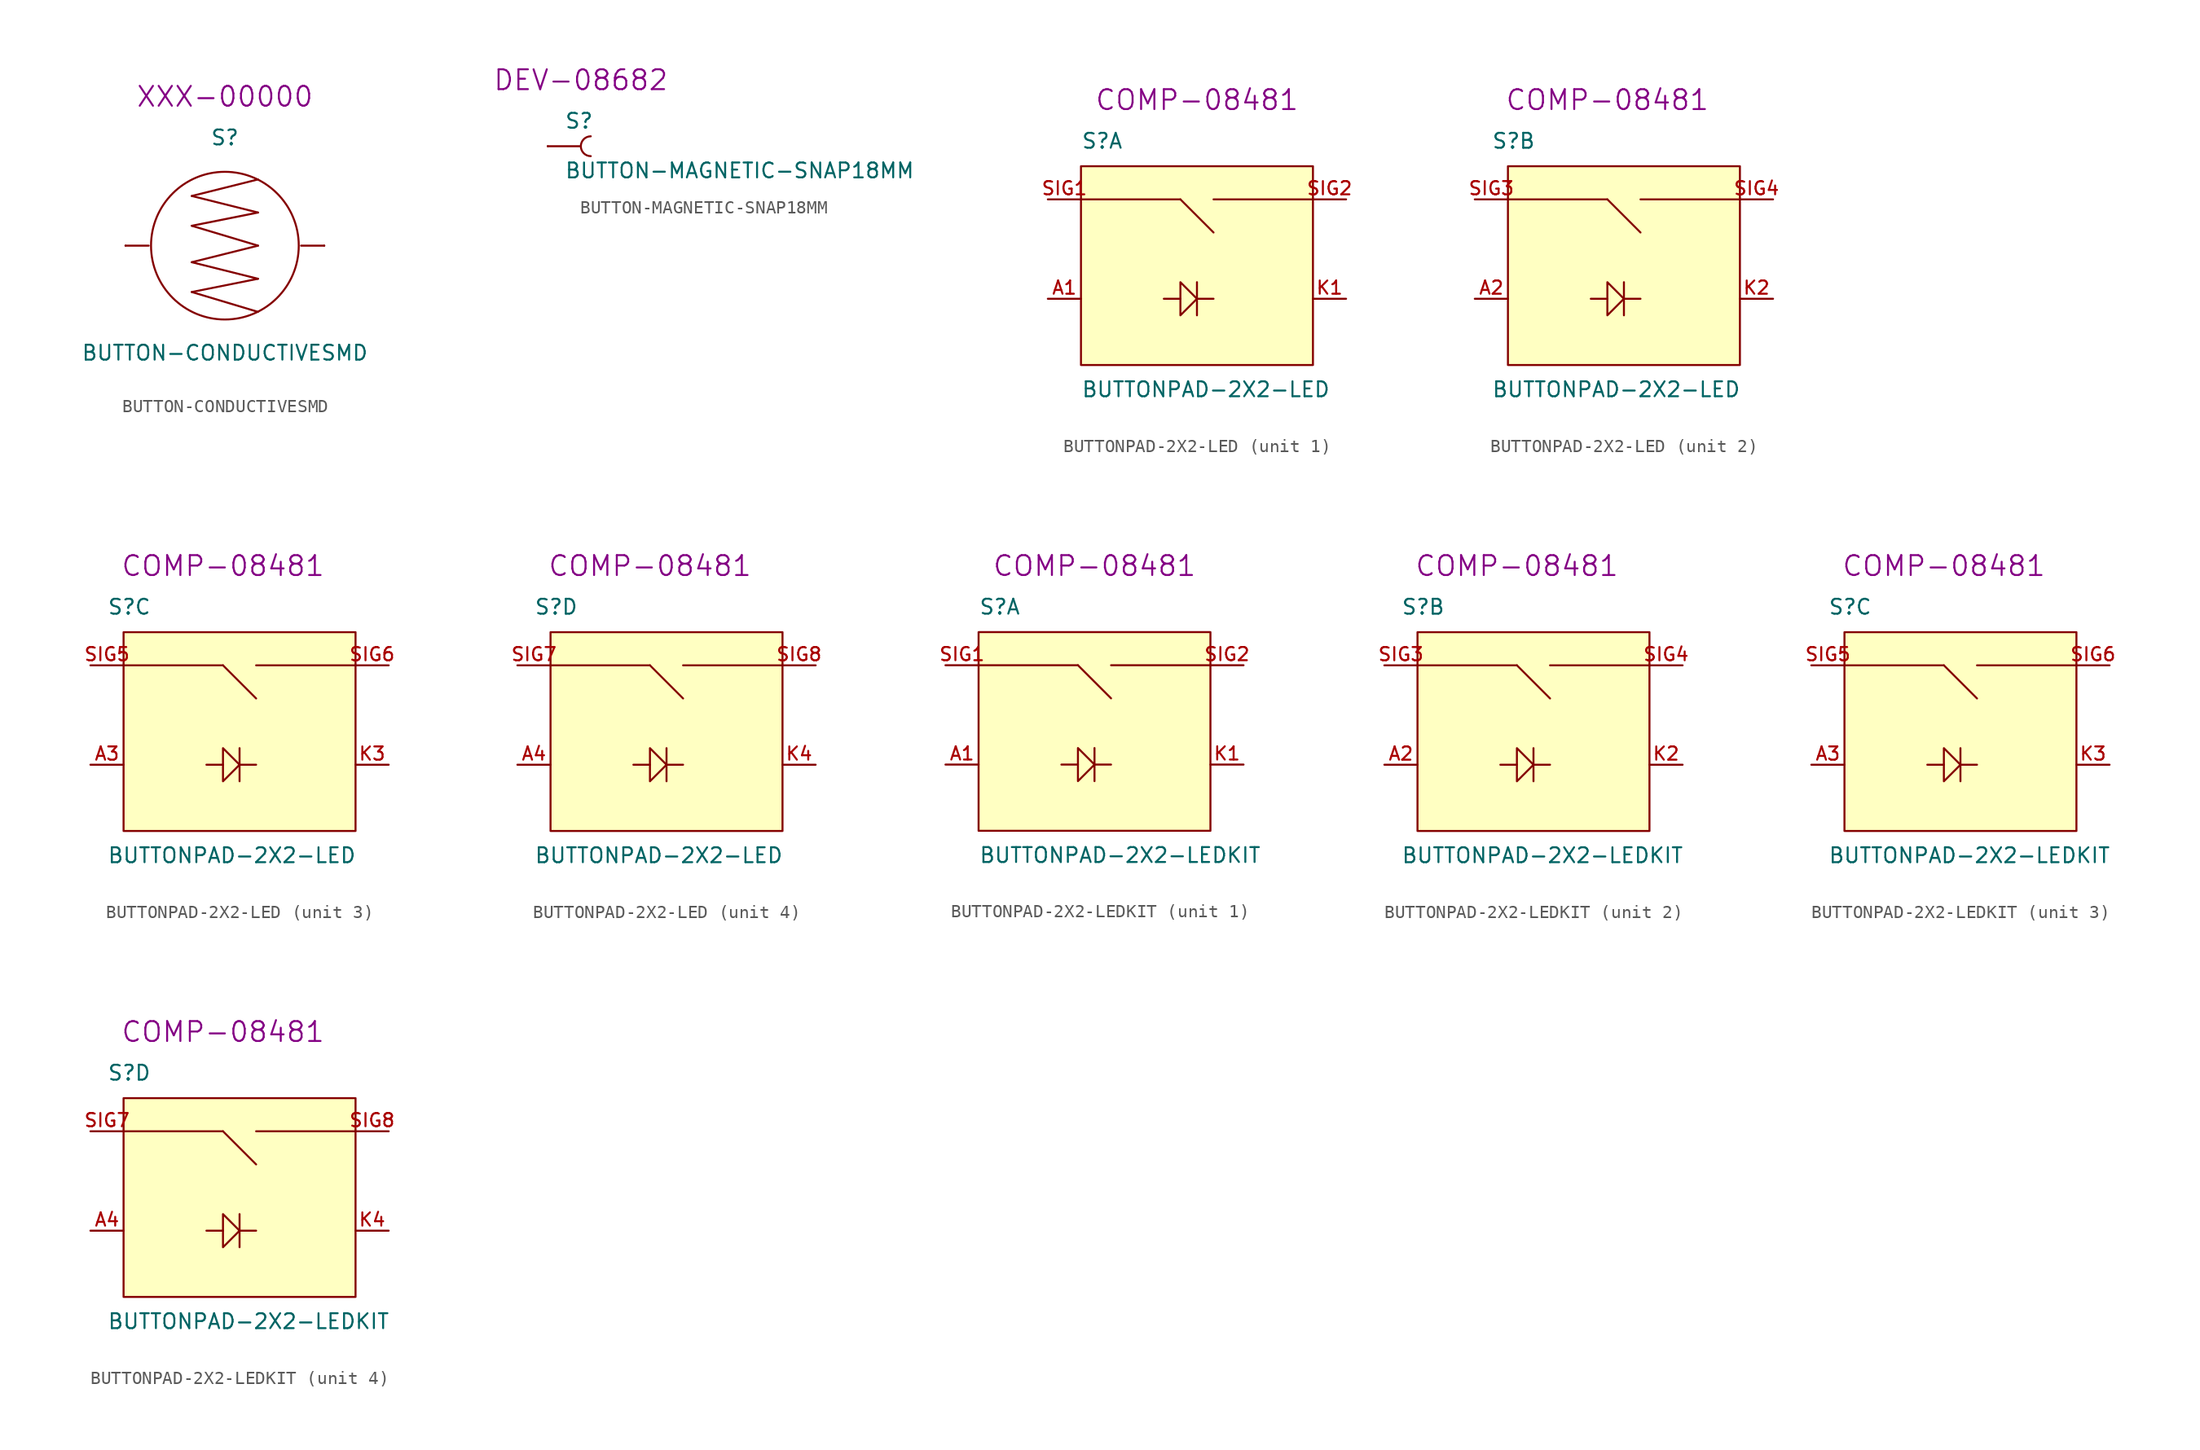
<source format=kicad_sym>
(kicad_symbol_lib
  (version 20220914)
  (generator kicad_symbol_editor)
  (symbol "BUTTON-CONDUCTIVESMD"
    (pin_numbers hide)
    (pin_names
      (offset 1.016) hide)
    (property "Reference" "S"
      (at 0 7.62 0)
      (effects (font (size 1.143 1.143)) (justify bottom)))
    (property "Value" "BUTTON-CONDUCTIVESMD"
      (at 0 -8.89 0)
      (effects (font (size 1.143 1.143)) (justify bottom)))
    (property "Field4" "XXX-00000"
      (at 0 11.43 0)
      (effects (font (size 1.524 1.524))))
    (property "ki_locked" ""
      (at 0 0 0)
      (effects (font (size 1.27 1.27))))
    (symbol "BUTTON-CONDUCTIVESMD_1_0"
      (polyline (pts (xy -7.62 0) (xy -5.842 0)) (stroke (width 0) (type solid)) (fill (type none)))
      (polyline (pts (xy -2.54 -3.556) (xy 2.54 -5.08)) (stroke (width 0) (type solid)) (fill (type none)))
      (polyline (pts (xy -2.54 -1.27) (xy 2.54 -2.54)) (stroke (width 0) (type solid)) (fill (type none)))
      (polyline (pts (xy -2.54 1.524) (xy 2.54 0)) (stroke (width 0) (type solid)) (fill (type none)))
      (polyline (pts (xy -2.54 3.81) (xy 2.54 5.08)) (stroke (width 0) (type solid)) (fill (type none)))
      (polyline (pts (xy 2.54 -2.54) (xy -2.54 -3.556)) (stroke (width 0) (type solid)) (fill (type none)))
      (polyline (pts (xy 2.54 0) (xy -2.54 -1.27)) (stroke (width 0) (type solid)) (fill (type none)))
      (polyline (pts (xy 2.54 2.54) (xy -2.54 1.524)) (stroke (width 0) (type solid)) (fill (type none)))
      (polyline (pts (xy 2.54 2.54) (xy -2.54 3.81)) (stroke (width 0) (type solid)) (fill (type none)))
      (polyline (pts (xy 7.62 0) (xy 5.842 0)) (stroke (width 0) (type solid)) (fill (type none))))
    (symbol "BUTTON-CONDUCTIVESMD_1_1"
      (circle (center 0 0) (radius 5.664) (stroke (width 0) (type solid)) (fill (type none)))
      (pin passive line (at -7.62 0 0) (length 0) (name "1" (effects (font (size 1.016 1.016)))) (number "1" (effects (font (size 1.016 1.016)))))
      (pin passive line (at 7.62 0 180) (length 0) (name "2" (effects (font (size 1.016 1.016)))) (number "2" (effects (font (size 1.016 1.016)))))))
  (symbol "BUTTON-MAGNETIC-SNAP18MM"
    (pin_numbers hide)
    (pin_names
      (offset 1.016) hide)
    (property "Reference" "S"
      (at -1.27 1.27 0)
      (effects (font (size 1.143 1.143)) (justify left bottom)))
    (property "Value" "BUTTON-MAGNETIC-SNAP18MM"
      (at -1.27 -2.54 0)
      (effects (font (size 1.143 1.143)) (justify left bottom)))
    (property "Field4" "DEV-08682"
      (at 0 5.08 0)
      (effects (font (size 1.524 1.524))))
    (property "ki_locked" ""
      (at 0 0 0)
      (effects (font (size 1.27 1.27))))
    (symbol "BUTTON-MAGNETIC-SNAP18MM_1_0"
      (polyline (pts (xy 0 0) (xy -2.54 0)) (stroke (width 0) (type solid)) (fill (type none))))
    (symbol "BUTTON-MAGNETIC-SNAP18MM_1_1"
      (arc (start 0.762 0.762) (mid 0.0033 0) (end 0.762 -0.762) (stroke (width 0) (type solid)) (fill (type none)))
      (pin bidirectional line (at -2.54 0 180) (length 0) (name "1" (effects (font (size 1.016 1.016)))) (number "1" (effects (font (size 1.016 1.016)))))))
  (symbol "BUTTONPAD-2X2-LED"
    (pin_names
      (offset 1.016) hide)
    (property "Reference" "S"
      (at -8.89 8.89 0)
      (effects (font (size 1.143 1.143)) (justify left bottom)))
    (property "Value" "BUTTONPAD-2X2-LED"
      (at -8.89 -10.16 0)
      (effects (font (size 1.143 1.143)) (justify left bottom)))
    (property "Field4" "COMP-08481"
      (at 0 12.7 0)
      (effects (font (size 1.524 1.524))))
    (property "ki_locked" ""
      (at 0 0 0)
      (effects (font (size 1.27 1.27))))
    (symbol "BUTTONPAD-2X2-LED_1_0"
      (polyline (pts (xy -8.89 5.08) (xy -1.27 5.08)) (stroke (width 0) (type solid)) (fill (type none)))
      (polyline (pts (xy -1.27 -2.54) (xy -2.54 -2.54)) (stroke (width 0) (type solid)) (fill (type none)))
      (polyline (pts (xy -1.27 5.08) (xy 1.27 2.54)) (stroke (width 0) (type solid)) (fill (type none)))
      (polyline (pts (xy 0 -2.54) (xy 0 -3.81)) (stroke (width 0) (type solid)) (fill (type none)))
      (polyline (pts (xy 0 -2.54) (xy 1.27 -2.54)) (stroke (width 0) (type solid)) (fill (type none)))
      (polyline (pts (xy 0 -1.27) (xy 0 -2.54)) (stroke (width 0) (type solid)) (fill (type none)))
      (polyline (pts (xy 1.27 5.08) (xy 8.89 5.08)) (stroke (width 0) (type solid)) (fill (type none))))
    (symbol "BUTTONPAD-2X2-LED_1_1"
      (polyline (pts (xy -1.27 -1.27) (xy -1.27 -2.54) (xy -1.27 -3.81) (xy 0 -2.54) (xy -1.27 -1.27)) (stroke (width 0) (type solid)) (fill (type background)))
      (polyline (pts (xy 8.89 7.62) (xy 8.89 5.08) (xy 8.89 -7.62) (xy -8.89 -7.62) (xy -8.89 5.08) (xy -8.89 7.62) (xy 8.89 7.62)) (stroke (width 0) (type solid)) (fill (type background)))
      (pin bidirectional line (at -11.43 -2.54 0) (length 2.54) (name "A" (effects (font (size 1.016 1.016)))) (number "A1" (effects (font (size 1.016 1.016)))))
      (pin bidirectional line (at 11.43 -2.54 180) (length 2.54) (name "K" (effects (font (size 1.016 1.016)))) (number "K1" (effects (font (size 1.016 1.016)))))
      (pin bidirectional line (at -11.43 5.08 0) (length 2.54) (name "SIG1" (effects (font (size 1.016 1.016)))) (number "SIG1" (effects (font (size 1.016 1.016)))))
      (pin bidirectional line (at 11.43 5.08 180) (length 2.54) (name "SIG2" (effects (font (size 1.016 1.016)))) (number "SIG2" (effects (font (size 1.016 1.016))))))
    (symbol "BUTTONPAD-2X2-LED_2_0"
      (polyline (pts (xy -7.62 5.08) (xy 0 5.08)) (stroke (width 0) (type solid)) (fill (type none)))
      (polyline (pts (xy 0 -2.54) (xy -1.27 -2.54)) (stroke (width 0) (type solid)) (fill (type none)))
      (polyline (pts (xy 0 5.08) (xy 2.54 2.54)) (stroke (width 0) (type solid)) (fill (type none)))
      (polyline (pts (xy 1.27 -2.54) (xy 1.27 -3.81)) (stroke (width 0) (type solid)) (fill (type none)))
      (polyline (pts (xy 1.27 -2.54) (xy 2.54 -2.54)) (stroke (width 0) (type solid)) (fill (type none)))
      (polyline (pts (xy 1.27 -1.27) (xy 1.27 -2.54)) (stroke (width 0) (type solid)) (fill (type none)))
      (polyline (pts (xy 2.54 5.08) (xy 10.16 5.08)) (stroke (width 0) (type solid)) (fill (type none))))
    (symbol "BUTTONPAD-2X2-LED_2_1"
      (polyline (pts (xy 0 -1.27) (xy 0 -2.54) (xy 0 -3.81) (xy 1.27 -2.54) (xy 0 -1.27)) (stroke (width 0) (type solid)) (fill (type background)))
      (polyline (pts (xy 10.16 7.62) (xy 10.16 5.08) (xy 10.16 -7.62) (xy -7.62 -7.62) (xy -7.62 5.08) (xy -7.62 7.62) (xy 10.16 7.62)) (stroke (width 0) (type solid)) (fill (type background)))
      (pin bidirectional line (at -10.16 -2.54 0) (length 2.54) (name "A" (effects (font (size 1.016 1.016)))) (number "A2" (effects (font (size 1.016 1.016)))))
      (pin bidirectional line (at 12.7 -2.54 180) (length 2.54) (name "K" (effects (font (size 1.016 1.016)))) (number "K2" (effects (font (size 1.016 1.016)))))
      (pin bidirectional line (at -10.16 5.08 0) (length 2.54) (name "SIG1" (effects (font (size 1.016 1.016)))) (number "SIG3" (effects (font (size 1.016 1.016)))))
      (pin bidirectional line (at 12.7 5.08 180) (length 2.54) (name "SIG2" (effects (font (size 1.016 1.016)))) (number "SIG4" (effects (font (size 1.016 1.016))))))
    (symbol "BUTTONPAD-2X2-LED_3_0"
      (polyline (pts (xy -7.62 5.08) (xy 0 5.08)) (stroke (width 0) (type solid)) (fill (type none)))
      (polyline (pts (xy 0 -2.54) (xy -1.27 -2.54)) (stroke (width 0) (type solid)) (fill (type none)))
      (polyline (pts (xy 0 5.08) (xy 2.54 2.54)) (stroke (width 0) (type solid)) (fill (type none)))
      (polyline (pts (xy 1.27 -2.54) (xy 1.27 -3.81)) (stroke (width 0) (type solid)) (fill (type none)))
      (polyline (pts (xy 1.27 -2.54) (xy 2.54 -2.54)) (stroke (width 0) (type solid)) (fill (type none)))
      (polyline (pts (xy 1.27 -1.27) (xy 1.27 -2.54)) (stroke (width 0) (type solid)) (fill (type none)))
      (polyline (pts (xy 2.54 5.08) (xy 10.16 5.08)) (stroke (width 0) (type solid)) (fill (type none))))
    (symbol "BUTTONPAD-2X2-LED_3_1"
      (polyline (pts (xy 0 -1.27) (xy 0 -2.54) (xy 0 -3.81) (xy 1.27 -2.54) (xy 0 -1.27)) (stroke (width 0) (type solid)) (fill (type background)))
      (polyline (pts (xy 10.16 7.62) (xy 10.16 5.08) (xy 10.16 -7.62) (xy -7.62 -7.62) (xy -7.62 5.08) (xy -7.62 7.62) (xy 10.16 7.62)) (stroke (width 0) (type solid)) (fill (type background)))
      (pin bidirectional line (at -10.16 -2.54 0) (length 2.54) (name "A" (effects (font (size 1.016 1.016)))) (number "A3" (effects (font (size 1.016 1.016)))))
      (pin bidirectional line (at 12.7 -2.54 180) (length 2.54) (name "K" (effects (font (size 1.016 1.016)))) (number "K3" (effects (font (size 1.016 1.016)))))
      (pin bidirectional line (at -10.16 5.08 0) (length 2.54) (name "SIG1" (effects (font (size 1.016 1.016)))) (number "SIG5" (effects (font (size 1.016 1.016)))))
      (pin bidirectional line (at 12.7 5.08 180) (length 2.54) (name "SIG2" (effects (font (size 1.016 1.016)))) (number "SIG6" (effects (font (size 1.016 1.016))))))
    (symbol "BUTTONPAD-2X2-LED_4_0"
      (polyline (pts (xy -7.62 5.08) (xy 0 5.08)) (stroke (width 0) (type solid)) (fill (type none)))
      (polyline (pts (xy 0 -2.54) (xy -1.27 -2.54)) (stroke (width 0) (type solid)) (fill (type none)))
      (polyline (pts (xy 0 5.08) (xy 2.54 2.54)) (stroke (width 0) (type solid)) (fill (type none)))
      (polyline (pts (xy 1.27 -2.54) (xy 1.27 -3.81)) (stroke (width 0) (type solid)) (fill (type none)))
      (polyline (pts (xy 1.27 -2.54) (xy 2.54 -2.54)) (stroke (width 0) (type solid)) (fill (type none)))
      (polyline (pts (xy 1.27 -1.27) (xy 1.27 -2.54)) (stroke (width 0) (type solid)) (fill (type none)))
      (polyline (pts (xy 2.54 5.08) (xy 10.16 5.08)) (stroke (width 0) (type solid)) (fill (type none))))
    (symbol "BUTTONPAD-2X2-LED_4_1"
      (polyline (pts (xy 0 -1.27) (xy 0 -2.54) (xy 0 -3.81) (xy 1.27 -2.54) (xy 0 -1.27)) (stroke (width 0) (type solid)) (fill (type background)))
      (polyline (pts (xy 10.16 7.62) (xy 10.16 5.08) (xy 10.16 -7.62) (xy -7.62 -7.62) (xy -7.62 5.08) (xy -7.62 7.62) (xy 10.16 7.62)) (stroke (width 0) (type solid)) (fill (type background)))
      (pin bidirectional line (at -10.16 -2.54 0) (length 2.54) (name "A" (effects (font (size 1.016 1.016)))) (number "A4" (effects (font (size 1.016 1.016)))))
      (pin bidirectional line (at 12.7 -2.54 180) (length 2.54) (name "K" (effects (font (size 1.016 1.016)))) (number "K4" (effects (font (size 1.016 1.016)))))
      (pin bidirectional line (at -10.16 5.08 0) (length 2.54) (name "SIG1" (effects (font (size 1.016 1.016)))) (number "SIG7" (effects (font (size 1.016 1.016)))))
      (pin bidirectional line (at 12.7 5.08 180) (length 2.54) (name "SIG2" (effects (font (size 1.016 1.016)))) (number "SIG8" (effects (font (size 1.016 1.016)))))))
  (symbol "BUTTONPAD-2X2-LEDKIT"
    (pin_names
      (offset 1.016) hide)
    (property "Reference" "S"
      (at -8.89 8.89 0)
      (effects (font (size 1.143 1.143)) (justify left bottom)))
    (property "Value" "BUTTONPAD-2X2-LEDKIT"
      (at -8.89 -10.16 0)
      (effects (font (size 1.143 1.143)) (justify left bottom)))
    (property "Field4" "COMP-08481"
      (at 0 12.7 0)
      (effects (font (size 1.524 1.524))))
    (property "ki_locked" ""
      (at 0 0 0)
      (effects (font (size 1.27 1.27))))
    (symbol "BUTTONPAD-2X2-LEDKIT_1_0"
      (polyline (pts (xy -8.89 5.08) (xy -1.27 5.08)) (stroke (width 0) (type solid)) (fill (type none)))
      (polyline (pts (xy -1.27 -2.54) (xy -2.54 -2.54)) (stroke (width 0) (type solid)) (fill (type none)))
      (polyline (pts (xy -1.27 5.08) (xy 1.27 2.54)) (stroke (width 0) (type solid)) (fill (type none)))
      (polyline (pts (xy 0 -2.54) (xy 0 -3.81)) (stroke (width 0) (type solid)) (fill (type none)))
      (polyline (pts (xy 0 -2.54) (xy 1.27 -2.54)) (stroke (width 0) (type solid)) (fill (type none)))
      (polyline (pts (xy 0 -1.27) (xy 0 -2.54)) (stroke (width 0) (type solid)) (fill (type none)))
      (polyline (pts (xy 1.27 5.08) (xy 8.89 5.08)) (stroke (width 0) (type solid)) (fill (type none))))
    (symbol "BUTTONPAD-2X2-LEDKIT_1_1"
      (polyline (pts (xy -1.27 -1.27) (xy -1.27 -2.54) (xy -1.27 -3.81) (xy 0 -2.54) (xy -1.27 -1.27)) (stroke (width 0) (type solid)) (fill (type background)))
      (polyline (pts (xy 8.89 7.62) (xy 8.89 5.08) (xy 8.89 -7.62) (xy -8.89 -7.62) (xy -8.89 5.08) (xy -8.89 7.62) (xy 8.89 7.62)) (stroke (width 0) (type solid)) (fill (type background)))
      (pin bidirectional line (at -11.43 -2.54 0) (length 2.54) (name "A" (effects (font (size 1.016 1.016)))) (number "A1" (effects (font (size 1.016 1.016)))))
      (pin bidirectional line (at 11.43 -2.54 180) (length 2.54) (name "K" (effects (font (size 1.016 1.016)))) (number "K1" (effects (font (size 1.016 1.016)))))
      (pin bidirectional line (at -11.43 5.08 0) (length 2.54) (name "SIG1" (effects (font (size 1.016 1.016)))) (number "SIG1" (effects (font (size 1.016 1.016)))))
      (pin bidirectional line (at 11.43 5.08 180) (length 2.54) (name "SIG2" (effects (font (size 1.016 1.016)))) (number "SIG2" (effects (font (size 1.016 1.016))))))
    (symbol "BUTTONPAD-2X2-LEDKIT_2_0"
      (polyline (pts (xy -7.62 5.08) (xy 0 5.08)) (stroke (width 0) (type solid)) (fill (type none)))
      (polyline (pts (xy 0 -2.54) (xy -1.27 -2.54)) (stroke (width 0) (type solid)) (fill (type none)))
      (polyline (pts (xy 0 5.08) (xy 2.54 2.54)) (stroke (width 0) (type solid)) (fill (type none)))
      (polyline (pts (xy 1.27 -2.54) (xy 1.27 -3.81)) (stroke (width 0) (type solid)) (fill (type none)))
      (polyline (pts (xy 1.27 -2.54) (xy 2.54 -2.54)) (stroke (width 0) (type solid)) (fill (type none)))
      (polyline (pts (xy 1.27 -1.27) (xy 1.27 -2.54)) (stroke (width 0) (type solid)) (fill (type none)))
      (polyline (pts (xy 2.54 5.08) (xy 10.16 5.08)) (stroke (width 0) (type solid)) (fill (type none))))
    (symbol "BUTTONPAD-2X2-LEDKIT_2_1"
      (polyline (pts (xy 0 -1.27) (xy 0 -2.54) (xy 0 -3.81) (xy 1.27 -2.54) (xy 0 -1.27)) (stroke (width 0) (type solid)) (fill (type background)))
      (polyline (pts (xy 10.16 7.62) (xy 10.16 5.08) (xy 10.16 -7.62) (xy -7.62 -7.62) (xy -7.62 5.08) (xy -7.62 7.62) (xy 10.16 7.62)) (stroke (width 0) (type solid)) (fill (type background)))
      (pin bidirectional line (at -10.16 -2.54 0) (length 2.54) (name "A" (effects (font (size 1.016 1.016)))) (number "A2" (effects (font (size 1.016 1.016)))))
      (pin bidirectional line (at 12.7 -2.54 180) (length 2.54) (name "K" (effects (font (size 1.016 1.016)))) (number "K2" (effects (font (size 1.016 1.016)))))
      (pin bidirectional line (at -10.16 5.08 0) (length 2.54) (name "SIG1" (effects (font (size 1.016 1.016)))) (number "SIG3" (effects (font (size 1.016 1.016)))))
      (pin bidirectional line (at 12.7 5.08 180) (length 2.54) (name "SIG2" (effects (font (size 1.016 1.016)))) (number "SIG4" (effects (font (size 1.016 1.016))))))
    (symbol "BUTTONPAD-2X2-LEDKIT_3_0"
      (polyline (pts (xy -7.62 5.08) (xy 0 5.08)) (stroke (width 0) (type solid)) (fill (type none)))
      (polyline (pts (xy 0 -2.54) (xy -1.27 -2.54)) (stroke (width 0) (type solid)) (fill (type none)))
      (polyline (pts (xy 0 5.08) (xy 2.54 2.54)) (stroke (width 0) (type solid)) (fill (type none)))
      (polyline (pts (xy 1.27 -2.54) (xy 1.27 -3.81)) (stroke (width 0) (type solid)) (fill (type none)))
      (polyline (pts (xy 1.27 -2.54) (xy 2.54 -2.54)) (stroke (width 0) (type solid)) (fill (type none)))
      (polyline (pts (xy 1.27 -1.27) (xy 1.27 -2.54)) (stroke (width 0) (type solid)) (fill (type none)))
      (polyline (pts (xy 2.54 5.08) (xy 10.16 5.08)) (stroke (width 0) (type solid)) (fill (type none))))
    (symbol "BUTTONPAD-2X2-LEDKIT_3_1"
      (polyline (pts (xy 0 -1.27) (xy 0 -2.54) (xy 0 -3.81) (xy 1.27 -2.54) (xy 0 -1.27)) (stroke (width 0) (type solid)) (fill (type background)))
      (polyline (pts (xy 10.16 7.62) (xy 10.16 5.08) (xy 10.16 -7.62) (xy -7.62 -7.62) (xy -7.62 5.08) (xy -7.62 7.62) (xy 10.16 7.62)) (stroke (width 0) (type solid)) (fill (type background)))
      (pin bidirectional line (at -10.16 -2.54 0) (length 2.54) (name "A" (effects (font (size 1.016 1.016)))) (number "A3" (effects (font (size 1.016 1.016)))))
      (pin bidirectional line (at 12.7 -2.54 180) (length 2.54) (name "K" (effects (font (size 1.016 1.016)))) (number "K3" (effects (font (size 1.016 1.016)))))
      (pin bidirectional line (at -10.16 5.08 0) (length 2.54) (name "SIG1" (effects (font (size 1.016 1.016)))) (number "SIG5" (effects (font (size 1.016 1.016)))))
      (pin bidirectional line (at 12.7 5.08 180) (length 2.54) (name "SIG2" (effects (font (size 1.016 1.016)))) (number "SIG6" (effects (font (size 1.016 1.016))))))
    (symbol "BUTTONPAD-2X2-LEDKIT_4_0"
      (polyline (pts (xy -7.62 5.08) (xy 0 5.08)) (stroke (width 0) (type solid)) (fill (type none)))
      (polyline (pts (xy 0 -2.54) (xy -1.27 -2.54)) (stroke (width 0) (type solid)) (fill (type none)))
      (polyline (pts (xy 0 5.08) (xy 2.54 2.54)) (stroke (width 0) (type solid)) (fill (type none)))
      (polyline (pts (xy 1.27 -2.54) (xy 1.27 -3.81)) (stroke (width 0) (type solid)) (fill (type none)))
      (polyline (pts (xy 1.27 -2.54) (xy 2.54 -2.54)) (stroke (width 0) (type solid)) (fill (type none)))
      (polyline (pts (xy 1.27 -1.27) (xy 1.27 -2.54)) (stroke (width 0) (type solid)) (fill (type none)))
      (polyline (pts (xy 2.54 5.08) (xy 10.16 5.08)) (stroke (width 0) (type solid)) (fill (type none))))
    (symbol "BUTTONPAD-2X2-LEDKIT_4_1"
      (polyline (pts (xy 0 -1.27) (xy 0 -2.54) (xy 0 -3.81) (xy 1.27 -2.54) (xy 0 -1.27)) (stroke (width 0) (type solid)) (fill (type background)))
      (polyline (pts (xy 10.16 7.62) (xy 10.16 5.08) (xy 10.16 -7.62) (xy -7.62 -7.62) (xy -7.62 5.08) (xy -7.62 7.62) (xy 10.16 7.62)) (stroke (width 0) (type solid)) (fill (type background)))
      (pin bidirectional line (at -10.16 -2.54 0) (length 2.54) (name "A" (effects (font (size 1.016 1.016)))) (number "A4" (effects (font (size 1.016 1.016)))))
      (pin bidirectional line (at 12.7 -2.54 180) (length 2.54) (name "K" (effects (font (size 1.016 1.016)))) (number "K4" (effects (font (size 1.016 1.016)))))
      (pin bidirectional line (at -10.16 5.08 0) (length 2.54) (name "SIG1" (effects (font (size 1.016 1.016)))) (number "SIG7" (effects (font (size 1.016 1.016)))))
      (pin bidirectional line (at 12.7 5.08 180) (length 2.54) (name "SIG2" (effects (font (size 1.016 1.016)))) (number "SIG8" (effects (font (size 1.016 1.016))))))))
</source>
